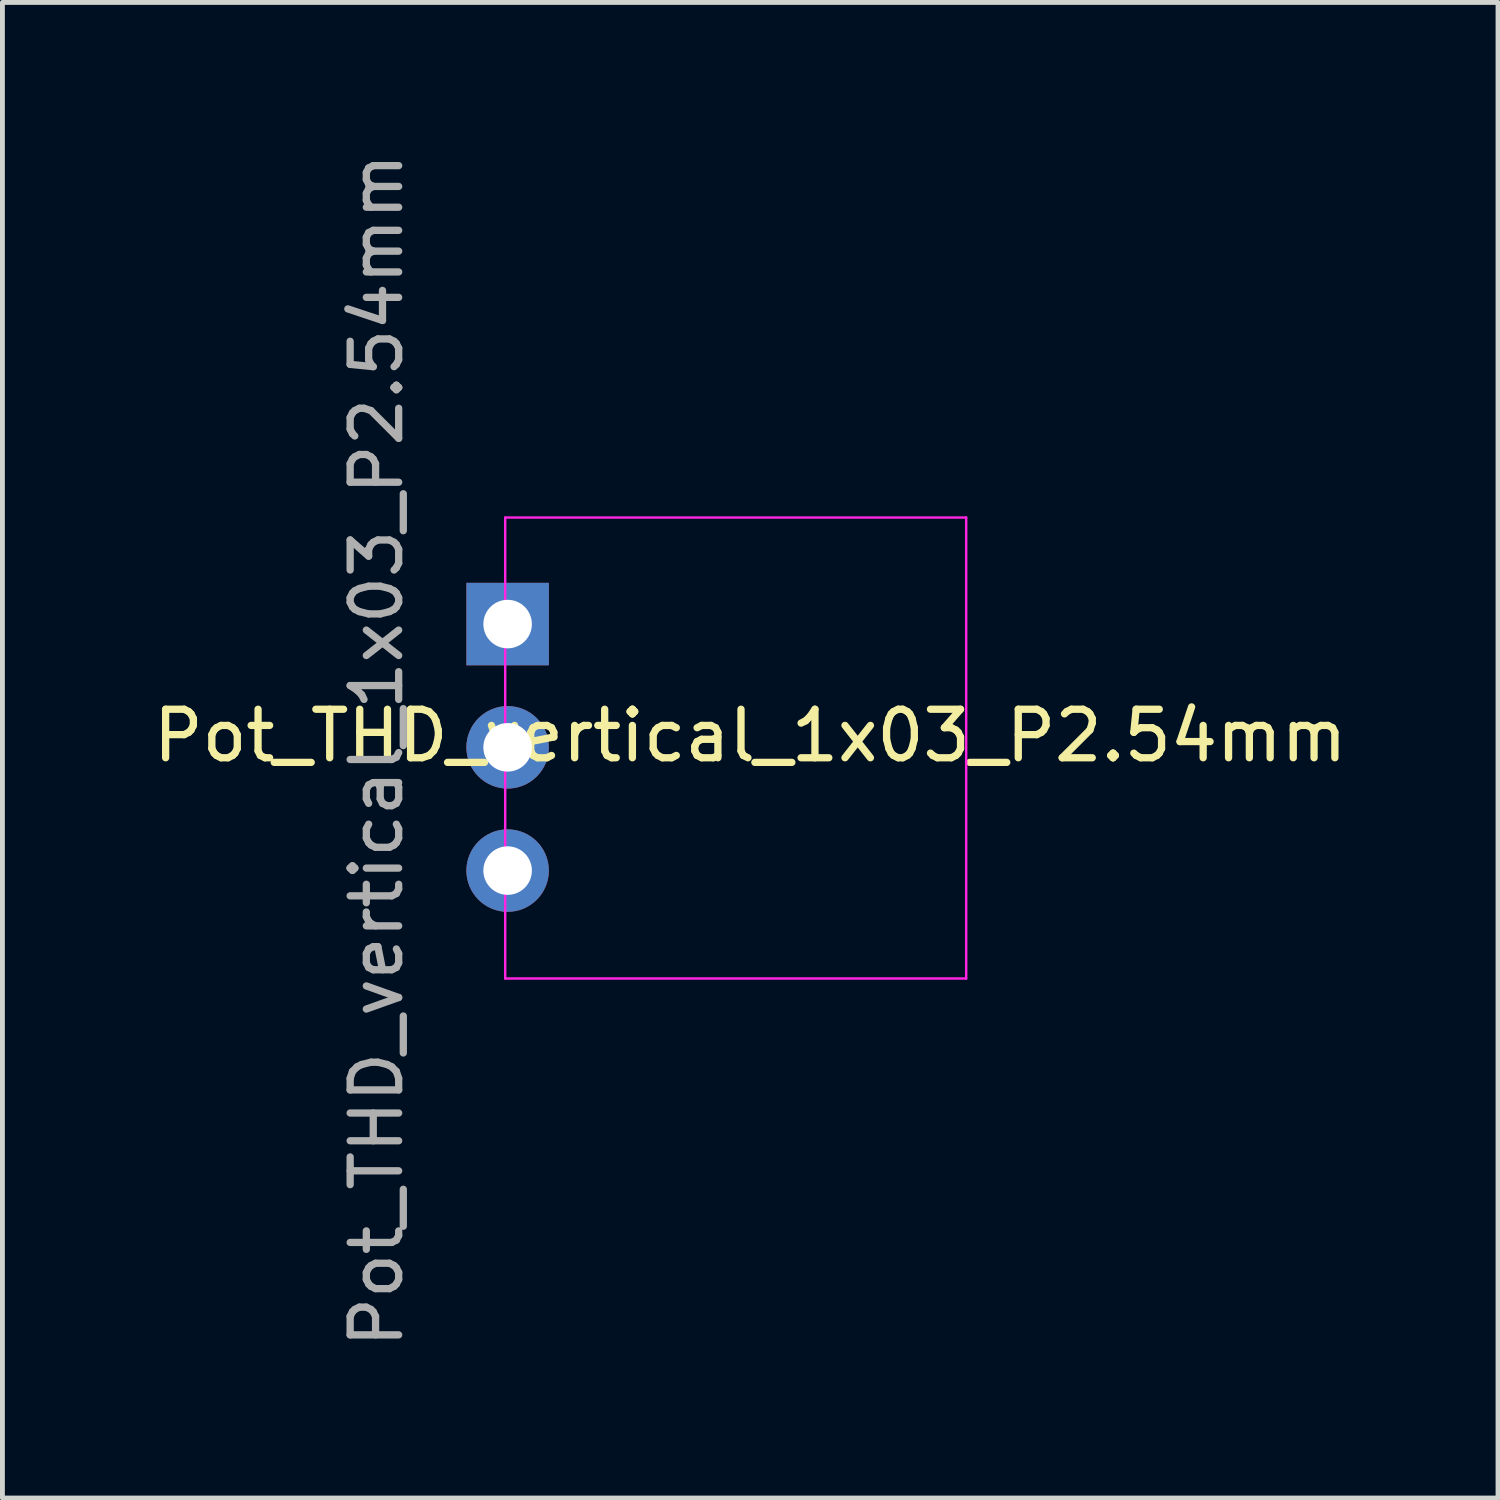
<source format=kicad_pcb>
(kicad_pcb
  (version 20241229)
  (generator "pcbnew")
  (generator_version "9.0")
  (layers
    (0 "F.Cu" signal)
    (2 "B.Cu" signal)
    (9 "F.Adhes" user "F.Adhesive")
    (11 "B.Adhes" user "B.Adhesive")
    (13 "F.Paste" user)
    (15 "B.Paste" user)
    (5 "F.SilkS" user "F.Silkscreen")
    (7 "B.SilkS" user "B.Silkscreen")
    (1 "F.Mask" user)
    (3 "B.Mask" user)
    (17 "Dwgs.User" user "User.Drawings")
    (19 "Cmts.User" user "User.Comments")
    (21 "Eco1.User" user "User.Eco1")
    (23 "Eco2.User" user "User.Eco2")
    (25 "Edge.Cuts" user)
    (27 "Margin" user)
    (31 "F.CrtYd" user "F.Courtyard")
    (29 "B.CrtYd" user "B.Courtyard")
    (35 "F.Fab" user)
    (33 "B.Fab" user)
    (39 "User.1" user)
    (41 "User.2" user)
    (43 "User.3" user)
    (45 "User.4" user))
  (footprint "Pot_THD_vertical_1x03_P2.54mm"
    (layer "F.Cu")
    (at 7.411 9.811)
    (property "Reference" "Pot_THD_vertical_1x03_P2.54mm" (at 5 2.3 0) (layer "F.SilkS") (effects (font (size 1 1) (thickness 0.15))))
    (attr through_hole)
    (fp_line (start -0.05 -2.196) (end 9.45 -2.196) (stroke (width 0.05) (type solid)) (layer "F.CrtYd"))
    (fp_line (start -0.05 7.304) (end -0.05 -2.196) (stroke (width 0.05) (type solid)) (layer "F.CrtYd"))
    (fp_line (start 9.45 -2.196) (end 9.45 7.304) (stroke (width 0.05) (type solid)) (layer "F.CrtYd"))
    (fp_line (start 9.45 7.304) (end -0.05 7.304) (stroke (width 0.05) (type solid)) (layer "F.CrtYd"))
    (fp_text user "${REFERENCE}" (at -2.7 2.6 90) (layer "F.Fab") (effects (font (size 1 1) (thickness 0.15))))
    (pad "1" thru_hole rect (at 0 0) (size 1.7 1.7) (drill 1) (layers "*.Cu" "*.Mask"))
    (pad "2" thru_hole oval (at 0 2.54) (size 1.7 1.7) (drill 1) (layers "*.Cu" "*.Mask"))
    (pad "3" thru_hole oval (at 0 5.08) (size 1.7 1.7) (drill 1) (layers "*.Cu" "*.Mask")))
  (gr_rect
    (start -3 -3)
    (end 27.821 27.821)
    (stroke (width 0.1) (type default))
    (fill no)
    (layer "Edge.Cuts")))
</source>
